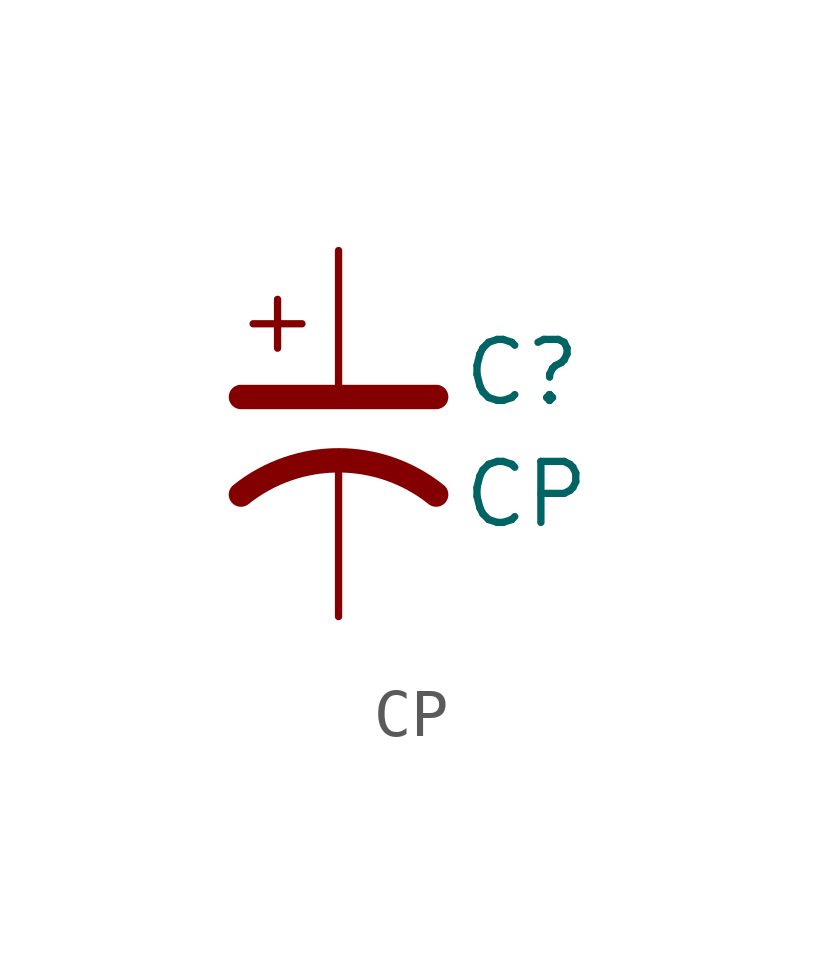
<source format=kicad_sym>
(kicad_symbol_lib
  (version 20220914)
  (generator kicad_symbol_editor)
  (symbol "CP"
    (pin_numbers hide)
    (pin_names
      (offset 1.016))
    (property "Reference" "C"
      (at 2.54 1.27 0)
      (effects (font (size 1.27 1.27)) (justify left)))
    (property "Value" "CP"
      (at 2.54 -1.27 0)
      (effects (font (size 1.27 1.27)) (justify left)))
    (symbol "CP_1_1"
      (polyline (pts (xy -2.032 0.762) (xy 2.032 0.762)) (stroke (width 0.508) (type default)) (fill (type none)))
      (polyline (pts (xy -1.778 2.286) (xy -0.762 2.286)) (stroke (width 0) (type default)) (fill (type none)))
      (polyline (pts (xy -1.27 1.778) (xy -1.27 2.794)) (stroke (width 0) (type default)) (fill (type none)))
      (arc (start 2.032 -1.27) (mid 0 -0.5572) (end -2.032 -1.27) (stroke (width 0.508) (type default)) (fill (type none)))
      (pin passive line (at 0 3.81 270) (length 2.794) (name "~" (effects (font (size 1.016 1.016)))) (number "1" (effects (font (size 1.016 1.016)))))
      (pin passive line (at 0 -3.81 90) (length 3.302) (name "~" (effects (font (size 1.016 1.016)))) (number "2" (effects (font (size 1.016 1.016))))))))
</source>
